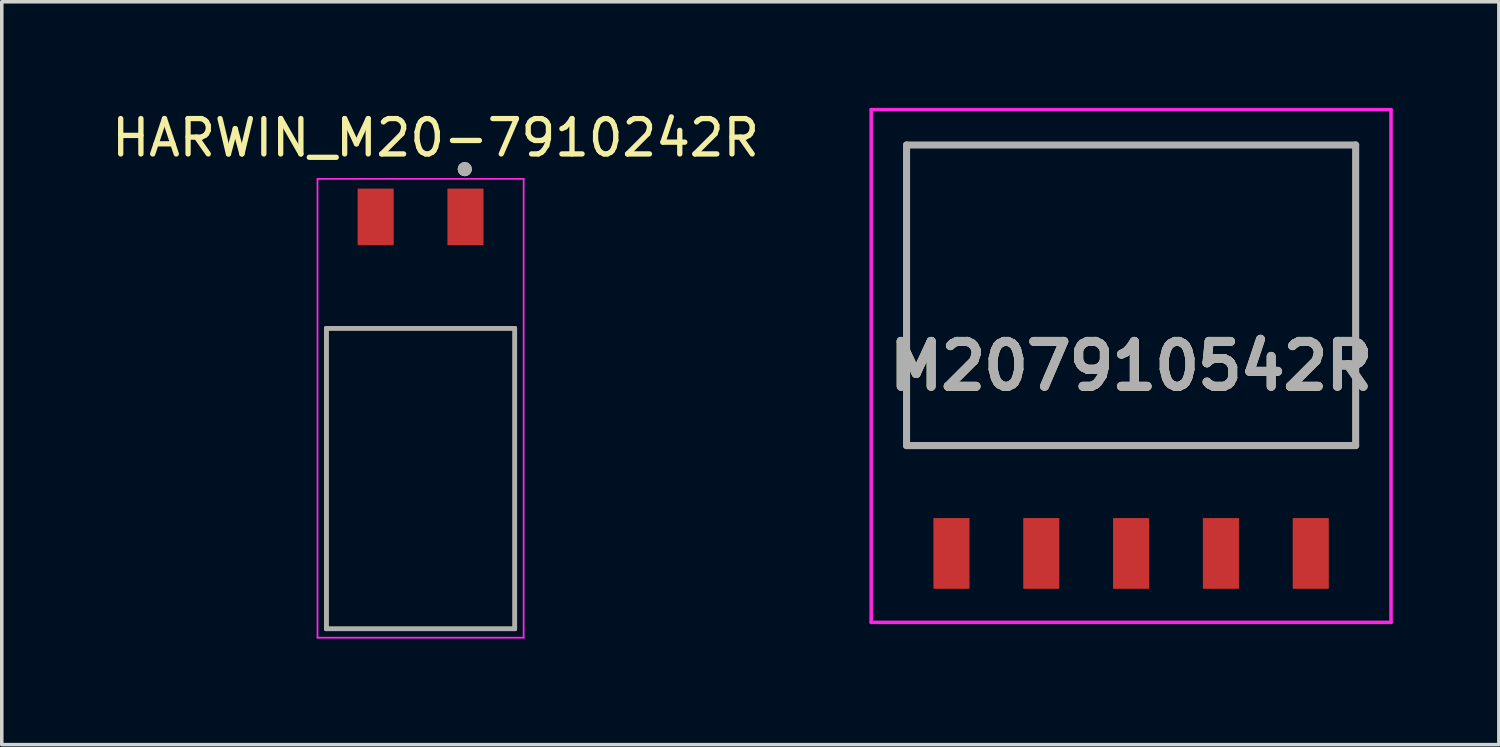
<source format=kicad_pcb>
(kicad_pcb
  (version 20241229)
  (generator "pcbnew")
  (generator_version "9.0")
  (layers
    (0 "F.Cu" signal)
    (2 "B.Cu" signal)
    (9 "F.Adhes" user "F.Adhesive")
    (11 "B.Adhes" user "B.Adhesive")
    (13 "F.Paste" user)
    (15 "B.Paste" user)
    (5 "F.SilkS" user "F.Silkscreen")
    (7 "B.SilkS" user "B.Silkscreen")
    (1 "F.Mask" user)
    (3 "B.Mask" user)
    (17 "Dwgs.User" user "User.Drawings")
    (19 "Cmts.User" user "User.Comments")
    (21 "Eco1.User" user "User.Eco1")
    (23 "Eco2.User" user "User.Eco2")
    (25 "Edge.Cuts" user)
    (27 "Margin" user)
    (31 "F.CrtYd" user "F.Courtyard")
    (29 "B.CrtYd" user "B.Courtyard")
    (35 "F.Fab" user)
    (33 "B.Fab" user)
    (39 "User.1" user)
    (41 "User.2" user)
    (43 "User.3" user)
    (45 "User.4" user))
  (footprint "HARWIN_M20-7910242R"
    (layer "F.Cu")
    (at 8.843 10.483)
    (property "Reference" "HARWIN_M20-7910242R" (at 0.425 -9.635 0) (layer "F.SilkS") (effects (font (size 1 1) (thickness 0.15))))
    (attr smd)
    (fp_line (start -2.665 -4.25) (end 2.665 -4.25) (stroke (width 0.127) (type solid)) (layer "F.SilkS"))
    (fp_line (start -2.665 4.25) (end -2.665 -4.25) (stroke (width 0.127) (type solid)) (layer "F.SilkS"))
    (fp_line (start 2.665 -4.25) (end 2.665 4.25) (stroke (width 0.127) (type solid)) (layer "F.SilkS"))
    (fp_line (start 2.665 4.25) (end -2.665 4.25) (stroke (width 0.127) (type solid)) (layer "F.SilkS"))
    (fp_circle (center 1.25 -8.75) (end 1.35 -8.75) (stroke (width 0.2) (type solid)) (fill no) (layer "F.SilkS"))
    (fp_line (start -2.915 -8.475) (end 2.915 -8.475) (stroke (width 0.05) (type solid)) (layer "F.CrtYd"))
    (fp_line (start -2.915 4.5) (end -2.915 -8.475) (stroke (width 0.05) (type solid)) (layer "F.CrtYd"))
    (fp_line (start 2.915 -8.475) (end 2.915 4.5) (stroke (width 0.05) (type solid)) (layer "F.CrtYd"))
    (fp_line (start 2.915 4.5) (end -2.915 4.5) (stroke (width 0.05) (type solid)) (layer "F.CrtYd"))
    (fp_line (start -2.665 -4.25) (end 2.665 -4.25) (stroke (width 0.127) (type solid)) (layer "F.Fab"))
    (fp_line (start -2.665 4.25) (end -2.665 -4.25) (stroke (width 0.127) (type solid)) (layer "F.Fab"))
    (fp_line (start 2.665 -4.25) (end 2.665 4.25) (stroke (width 0.127) (type solid)) (layer "F.Fab"))
    (fp_line (start 2.665 4.25) (end -2.665 4.25) (stroke (width 0.127) (type solid)) (layer "F.Fab"))
    (fp_circle (center 1.25 -8.75) (end 1.35 -8.75) (stroke (width 0.2) (type solid)) (fill no) (layer "F.Fab"))
    (pad "1" smd rect (at 1.27 -7.4) (size 1.02 1.6) (layers "F.Cu" "F.Mask" "F.Paste"))
    (pad "2" smd rect (at -1.27 -7.4) (size 1.02 1.6) (layers "F.Cu" "F.Mask" "F.Paste")))
  (footprint "M207910542R"
    (layer "F.Cu")
    (at 28.936 7.3)
    (property "Reference" "M207910542R" (at 0 0 0) (layer "F.SilkS") (effects (font (size 1.27 1.27) (thickness 0.254))))
    (attr smd)
    (fp_line (start -6.35 -6.25) (end 6.35 -6.25) (stroke (width 0.1) (type solid)) (layer "F.SilkS"))
    (fp_line (start -6.35 2.25) (end -6.35 -6.25) (stroke (width 0.1) (type solid)) (layer "F.SilkS"))
    (fp_line (start 6.35 -6.25) (end 6.35 2.25) (stroke (width 0.1) (type solid)) (layer "F.SilkS"))
    (fp_line (start 6.35 2.25) (end -6.35 2.25) (stroke (width 0.1) (type solid)) (layer "F.SilkS"))
    (fp_line (start -7.35 -7.25) (end 7.35 -7.25) (stroke (width 0.1) (type solid)) (layer "F.CrtYd"))
    (fp_line (start -7.35 7.25) (end -7.35 -7.25) (stroke (width 0.1) (type solid)) (layer "F.CrtYd"))
    (fp_line (start 7.35 -7.25) (end 7.35 7.25) (stroke (width 0.1) (type solid)) (layer "F.CrtYd"))
    (fp_line (start 7.35 7.25) (end -7.35 7.25) (stroke (width 0.1) (type solid)) (layer "F.CrtYd"))
    (fp_line (start -6.35 -6.25) (end 6.35 -6.25) (stroke (width 0.2) (type solid)) (layer "F.Fab"))
    (fp_line (start -6.35 2.25) (end -6.35 -6.25) (stroke (width 0.2) (type solid)) (layer "F.Fab"))
    (fp_line (start 6.35 -6.25) (end 6.35 2.25) (stroke (width 0.2) (type solid)) (layer "F.Fab"))
    (fp_line (start 6.35 2.25) (end -6.35 2.25) (stroke (width 0.2) (type solid)) (layer "F.Fab"))
    (fp_text user "${REFERENCE}" (at 0 0 0) (layer "F.Fab") (effects (font (size 1.27 1.27) (thickness 0.254))))
    (pad "1" smd rect (at -5.08 5.3) (size 1.02 2) (layers "F.Cu" "F.Mask" "F.Paste"))
    (pad "2" smd rect (at -2.54 5.3) (size 1.02 2) (layers "F.Cu" "F.Mask" "F.Paste"))
    (pad "3" smd rect (at -0.000002 5.3) (size 1.02 2) (layers "F.Cu" "F.Mask" "F.Paste"))
    (pad "4" smd rect (at 2.54 5.3) (size 1.02 2) (layers "F.Cu" "F.Mask" "F.Paste"))
    (pad "5" smd rect (at 5.08 5.3) (size 1.02 2) (layers "F.Cu" "F.Mask" "F.Paste")))
  (gr_rect
    (start -3 -3)
    (end 39.336 18.008)
    (stroke (width 0.1) (type default))
    (fill no)
    (layer "Edge.Cuts")))
</source>
